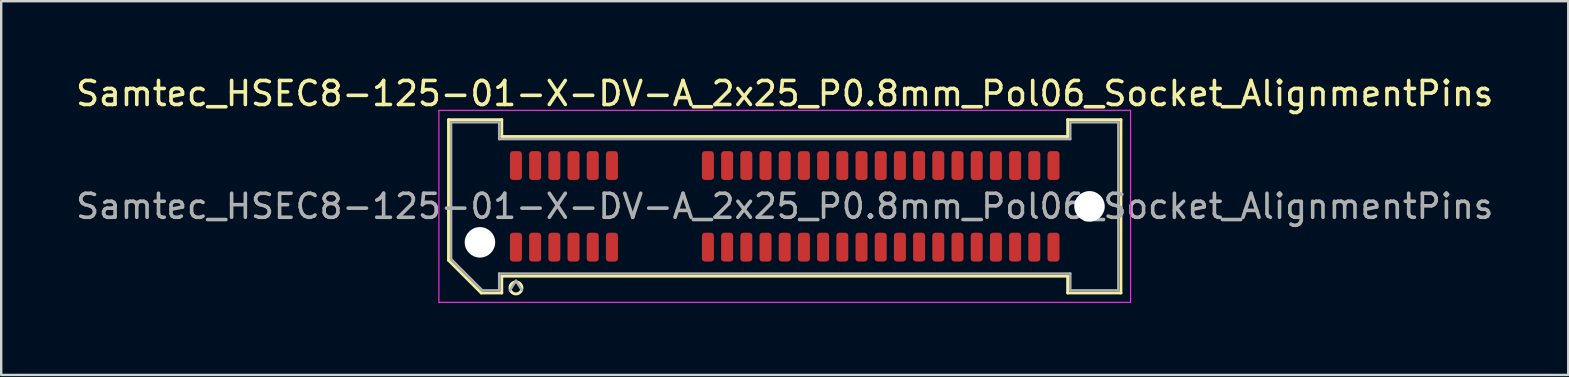
<source format=kicad_pcb>
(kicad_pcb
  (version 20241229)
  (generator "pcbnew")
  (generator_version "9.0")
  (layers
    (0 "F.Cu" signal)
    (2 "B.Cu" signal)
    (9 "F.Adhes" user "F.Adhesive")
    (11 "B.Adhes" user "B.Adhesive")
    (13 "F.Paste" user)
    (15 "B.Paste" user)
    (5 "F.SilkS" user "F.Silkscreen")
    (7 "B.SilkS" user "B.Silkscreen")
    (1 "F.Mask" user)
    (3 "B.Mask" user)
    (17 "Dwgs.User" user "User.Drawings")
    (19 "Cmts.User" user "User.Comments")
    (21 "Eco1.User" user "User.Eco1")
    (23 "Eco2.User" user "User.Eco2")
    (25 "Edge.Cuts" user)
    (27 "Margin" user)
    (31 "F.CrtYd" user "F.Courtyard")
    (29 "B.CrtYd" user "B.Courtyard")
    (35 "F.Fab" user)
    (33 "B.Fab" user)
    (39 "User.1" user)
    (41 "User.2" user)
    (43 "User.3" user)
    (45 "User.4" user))
  (footprint "Samtec_HSEC8-125-01-X-DV-A_2x25_P0.8mm_Pol06_Socket_AlignmentPins"
    (layer "F.Cu")
    (at 29.649 5.548)
    (property "Reference" "Samtec_HSEC8-125-01-X-DV-A_2x25_P0.8mm_Pol06_Socket_AlignmentPins" (at 0 -4.7 0) (layer "F.SilkS") (effects (font (size 1 1) (thickness 0.15))))
    (attr smd)
    (fp_line (start -14.01 -3.61) (end -11.79 -3.61) (stroke (width 0.12) (type solid)) (layer "F.SilkS"))
    (fp_line (start -14.01 2.246) (end -14.01 -3.61) (stroke (width 0.12) (type solid)) (layer "F.SilkS"))
    (fp_line (start -12.646 3.61) (end -14.01 2.246) (stroke (width 0.12) (type solid)) (layer "F.SilkS"))
    (fp_line (start -11.79 -3.61) (end -11.79 -2.91) (stroke (width 0.12) (type solid)) (layer "F.SilkS"))
    (fp_line (start -11.79 -2.91) (end 11.79 -2.91) (stroke (width 0.12) (type solid)) (layer "F.SilkS"))
    (fp_line (start -11.79 2.91) (end -11.79 3.61) (stroke (width 0.12) (type solid)) (layer "F.SilkS"))
    (fp_line (start -11.79 3.61) (end -12.646 3.61) (stroke (width 0.12) (type solid)) (layer "F.SilkS"))
    (fp_line (start 11.79 -3.61) (end 14.01 -3.61) (stroke (width 0.12) (type solid)) (layer "F.SilkS"))
    (fp_line (start 11.79 -2.91) (end 11.79 -3.61) (stroke (width 0.12) (type solid)) (layer "F.SilkS"))
    (fp_line (start 11.79 2.91) (end -11.79 2.91) (stroke (width 0.12) (type solid)) (layer "F.SilkS"))
    (fp_line (start 11.79 3.61) (end 11.79 2.91) (stroke (width 0.12) (type solid)) (layer "F.SilkS"))
    (fp_line (start 14.01 -3.61) (end 14.01 3.61) (stroke (width 0.12) (type solid)) (layer "F.SilkS"))
    (fp_line (start 14.01 3.61) (end 11.79 3.61) (stroke (width 0.12) (type solid)) (layer "F.SilkS"))
    (fp_arc (start -10.95 3.4) (mid -11.45 3.4) (end -10.95 3.4) (stroke (width 0.12) (type solid)) (layer "F.SilkS"))
    (fp_line (start -14.41 -4) (end -14.41 4) (stroke (width 0.05) (type solid)) (layer "F.CrtYd"))
    (fp_line (start -14.41 4) (end 14.41 4) (stroke (width 0.05) (type solid)) (layer "F.CrtYd"))
    (fp_line (start 14.41 -4) (end -14.41 -4) (stroke (width 0.05) (type solid)) (layer "F.CrtYd"))
    (fp_line (start 14.41 4) (end 14.41 -4) (stroke (width 0.05) (type solid)) (layer "F.CrtYd"))
    (fp_line (start -13.9 -3.5) (end -11.9 -3.5) (stroke (width 0.1) (type solid)) (layer "F.Fab"))
    (fp_line (start -13.9 2.2) (end -13.9 -3.5) (stroke (width 0.1) (type solid)) (layer "F.Fab"))
    (fp_line (start -12.6 3.5) (end -13.9 2.2) (stroke (width 0.1) (type solid)) (layer "F.Fab"))
    (fp_line (start -11.9 -3.5) (end -11.9 -2.8) (stroke (width 0.1) (type solid)) (layer "F.Fab"))
    (fp_line (start -11.9 -2.8) (end 11.9 -2.8) (stroke (width 0.1) (type solid)) (layer "F.Fab"))
    (fp_line (start -11.9 2.8) (end -11.9 3.5) (stroke (width 0.1) (type solid)) (layer "F.Fab"))
    (fp_line (start -11.9 3.5) (end -12.6 3.5) (stroke (width 0.1) (type solid)) (layer "F.Fab"))
    (fp_line (start -11.2 3.1) (end -11.45 3.5) (stroke (width 0.1) (type solid)) (layer "F.Fab"))
    (fp_line (start -11.2 3.1) (end -10.95 3.5) (stroke (width 0.1) (type solid)) (layer "F.Fab"))
    (fp_line (start 11.9 -3.5) (end 13.9 -3.5) (stroke (width 0.1) (type solid)) (layer "F.Fab"))
    (fp_line (start 11.9 -2.8) (end 11.9 -3.5) (stroke (width 0.1) (type solid)) (layer "F.Fab"))
    (fp_line (start 11.9 2.8) (end -11.9 2.8) (stroke (width 0.1) (type solid)) (layer "F.Fab"))
    (fp_line (start 11.9 3.5) (end 11.9 2.8) (stroke (width 0.1) (type solid)) (layer "F.Fab"))
    (fp_line (start 13.9 -3.5) (end 13.9 3.5) (stroke (width 0.1) (type solid)) (layer "F.Fab"))
    (fp_line (start 13.9 3.5) (end 11.9 3.5) (stroke (width 0.1) (type solid)) (layer "F.Fab"))
    (fp_text user "${REFERENCE}" (at 0 0 0) (layer "F.Fab") (effects (font (size 1 1) (thickness 0.15))))
    (pad "" np_thru_hole circle (at -12.7 1.5) (size 1.27 1.27) (drill 1.27) (layers "*.Cu" "*.Mask"))
    (pad "" np_thru_hole circle (at 12.7 0) (size 1.27 1.27) (drill 1.27) (layers "*.Cu" "*.Mask"))
    (pad "1" smd roundrect (at -11.2 1.7) (size 0.5 1.2) (layers "F.Cu" "F.Mask" "F.Paste") (roundrect_rratio 0.25))
    (pad "2" smd roundrect (at -11.2 -1.7) (size 0.5 1.2) (layers "F.Cu" "F.Mask" "F.Paste") (roundrect_rratio 0.25))
    (pad "3" smd roundrect (at -10.4 1.7) (size 0.5 1.2) (layers "F.Cu" "F.Mask" "F.Paste") (roundrect_rratio 0.25))
    (pad "4" smd roundrect (at -10.4 -1.7) (size 0.5 1.2) (layers "F.Cu" "F.Mask" "F.Paste") (roundrect_rratio 0.25))
    (pad "5" smd roundrect (at -9.6 1.7) (size 0.5 1.2) (layers "F.Cu" "F.Mask" "F.Paste") (roundrect_rratio 0.25))
    (pad "6" smd roundrect (at -9.6 -1.7) (size 0.5 1.2) (layers "F.Cu" "F.Mask" "F.Paste") (roundrect_rratio 0.25))
    (pad "7" smd roundrect (at -8.8 1.7) (size 0.5 1.2) (layers "F.Cu" "F.Mask" "F.Paste") (roundrect_rratio 0.25))
    (pad "8" smd roundrect (at -8.8 -1.7) (size 0.5 1.2) (layers "F.Cu" "F.Mask" "F.Paste") (roundrect_rratio 0.25))
    (pad "9" smd roundrect (at -8 1.7) (size 0.5 1.2) (layers "F.Cu" "F.Mask" "F.Paste") (roundrect_rratio 0.25))
    (pad "10" smd roundrect (at -8 -1.7) (size 0.5 1.2) (layers "F.Cu" "F.Mask" "F.Paste") (roundrect_rratio 0.25))
    (pad "11" smd roundrect (at -7.2 1.7) (size 0.5 1.2) (layers "F.Cu" "F.Mask" "F.Paste") (roundrect_rratio 0.25))
    (pad "12" smd roundrect (at -7.2 -1.7) (size 0.5 1.2) (layers "F.Cu" "F.Mask" "F.Paste") (roundrect_rratio 0.25))
    (pad "13" smd roundrect (at -3.2 1.7) (size 0.5 1.2) (layers "F.Cu" "F.Mask" "F.Paste") (roundrect_rratio 0.25))
    (pad "14" smd roundrect (at -3.2 -1.7) (size 0.5 1.2) (layers "F.Cu" "F.Mask" "F.Paste") (roundrect_rratio 0.25))
    (pad "15" smd roundrect (at -2.4 1.7) (size 0.5 1.2) (layers "F.Cu" "F.Mask" "F.Paste") (roundrect_rratio 0.25))
    (pad "16" smd roundrect (at -2.4 -1.7) (size 0.5 1.2) (layers "F.Cu" "F.Mask" "F.Paste") (roundrect_rratio 0.25))
    (pad "17" smd roundrect (at -1.6 1.7) (size 0.5 1.2) (layers "F.Cu" "F.Mask" "F.Paste") (roundrect_rratio 0.25))
    (pad "18" smd roundrect (at -1.6 -1.7) (size 0.5 1.2) (layers "F.Cu" "F.Mask" "F.Paste") (roundrect_rratio 0.25))
    (pad "19" smd roundrect (at -0.8 1.7) (size 0.5 1.2) (layers "F.Cu" "F.Mask" "F.Paste") (roundrect_rratio 0.25))
    (pad "20" smd roundrect (at -0.8 -1.7) (size 0.5 1.2) (layers "F.Cu" "F.Mask" "F.Paste") (roundrect_rratio 0.25))
    (pad "21" smd roundrect (at 0 1.7) (size 0.5 1.2) (layers "F.Cu" "F.Mask" "F.Paste") (roundrect_rratio 0.25))
    (pad "22" smd roundrect (at 0 -1.7) (size 0.5 1.2) (layers "F.Cu" "F.Mask" "F.Paste") (roundrect_rratio 0.25))
    (pad "23" smd roundrect (at 0.8 1.7) (size 0.5 1.2) (layers "F.Cu" "F.Mask" "F.Paste") (roundrect_rratio 0.25))
    (pad "24" smd roundrect (at 0.8 -1.7) (size 0.5 1.2) (layers "F.Cu" "F.Mask" "F.Paste") (roundrect_rratio 0.25))
    (pad "25" smd roundrect (at 1.6 1.7) (size 0.5 1.2) (layers "F.Cu" "F.Mask" "F.Paste") (roundrect_rratio 0.25))
    (pad "26" smd roundrect (at 1.6 -1.7) (size 0.5 1.2) (layers "F.Cu" "F.Mask" "F.Paste") (roundrect_rratio 0.25))
    (pad "27" smd roundrect (at 2.4 1.7) (size 0.5 1.2) (layers "F.Cu" "F.Mask" "F.Paste") (roundrect_rratio 0.25))
    (pad "28" smd roundrect (at 2.4 -1.7) (size 0.5 1.2) (layers "F.Cu" "F.Mask" "F.Paste") (roundrect_rratio 0.25))
    (pad "29" smd roundrect (at 3.2 1.7) (size 0.5 1.2) (layers "F.Cu" "F.Mask" "F.Paste") (roundrect_rratio 0.25))
    (pad "30" smd roundrect (at 3.2 -1.7) (size 0.5 1.2) (layers "F.Cu" "F.Mask" "F.Paste") (roundrect_rratio 0.25))
    (pad "31" smd roundrect (at 4 1.7) (size 0.5 1.2) (layers "F.Cu" "F.Mask" "F.Paste") (roundrect_rratio 0.25))
    (pad "32" smd roundrect (at 4 -1.7) (size 0.5 1.2) (layers "F.Cu" "F.Mask" "F.Paste") (roundrect_rratio 0.25))
    (pad "33" smd roundrect (at 4.8 1.7) (size 0.5 1.2) (layers "F.Cu" "F.Mask" "F.Paste") (roundrect_rratio 0.25))
    (pad "34" smd roundrect (at 4.8 -1.7) (size 0.5 1.2) (layers "F.Cu" "F.Mask" "F.Paste") (roundrect_rratio 0.25))
    (pad "35" smd roundrect (at 5.6 1.7) (size 0.5 1.2) (layers "F.Cu" "F.Mask" "F.Paste") (roundrect_rratio 0.25))
    (pad "36" smd roundrect (at 5.6 -1.7) (size 0.5 1.2) (layers "F.Cu" "F.Mask" "F.Paste") (roundrect_rratio 0.25))
    (pad "37" smd roundrect (at 6.4 1.7) (size 0.5 1.2) (layers "F.Cu" "F.Mask" "F.Paste") (roundrect_rratio 0.25))
    (pad "38" smd roundrect (at 6.4 -1.7) (size 0.5 1.2) (layers "F.Cu" "F.Mask" "F.Paste") (roundrect_rratio 0.25))
    (pad "39" smd roundrect (at 7.2 1.7) (size 0.5 1.2) (layers "F.Cu" "F.Mask" "F.Paste") (roundrect_rratio 0.25))
    (pad "40" smd roundrect (at 7.2 -1.7) (size 0.5 1.2) (layers "F.Cu" "F.Mask" "F.Paste") (roundrect_rratio 0.25))
    (pad "41" smd roundrect (at 8 1.7) (size 0.5 1.2) (layers "F.Cu" "F.Mask" "F.Paste") (roundrect_rratio 0.25))
    (pad "42" smd roundrect (at 8 -1.7) (size 0.5 1.2) (layers "F.Cu" "F.Mask" "F.Paste") (roundrect_rratio 0.25))
    (pad "43" smd roundrect (at 8.8 1.7) (size 0.5 1.2) (layers "F.Cu" "F.Mask" "F.Paste") (roundrect_rratio 0.25))
    (pad "44" smd roundrect (at 8.8 -1.7) (size 0.5 1.2) (layers "F.Cu" "F.Mask" "F.Paste") (roundrect_rratio 0.25))
    (pad "45" smd roundrect (at 9.6 1.7) (size 0.5 1.2) (layers "F.Cu" "F.Mask" "F.Paste") (roundrect_rratio 0.25))
    (pad "46" smd roundrect (at 9.6 -1.7) (size 0.5 1.2) (layers "F.Cu" "F.Mask" "F.Paste") (roundrect_rratio 0.25))
    (pad "47" smd roundrect (at 10.4 1.7) (size 0.5 1.2) (layers "F.Cu" "F.Mask" "F.Paste") (roundrect_rratio 0.25))
    (pad "48" smd roundrect (at 10.4 -1.7) (size 0.5 1.2) (layers "F.Cu" "F.Mask" "F.Paste") (roundrect_rratio 0.25))
    (pad "49" smd roundrect (at 11.2 1.7) (size 0.5 1.2) (layers "F.Cu" "F.Mask" "F.Paste") (roundrect_rratio 0.25))
    (pad "50" smd roundrect (at 11.2 -1.7) (size 0.5 1.2) (layers "F.Cu" "F.Mask" "F.Paste") (roundrect_rratio 0.25)))
  (gr_rect
    (start -3 -3)
    (end 62.298 12.573)
    (stroke (width 0.1) (type default))
    (fill no)
    (layer "Edge.Cuts")))
</source>
